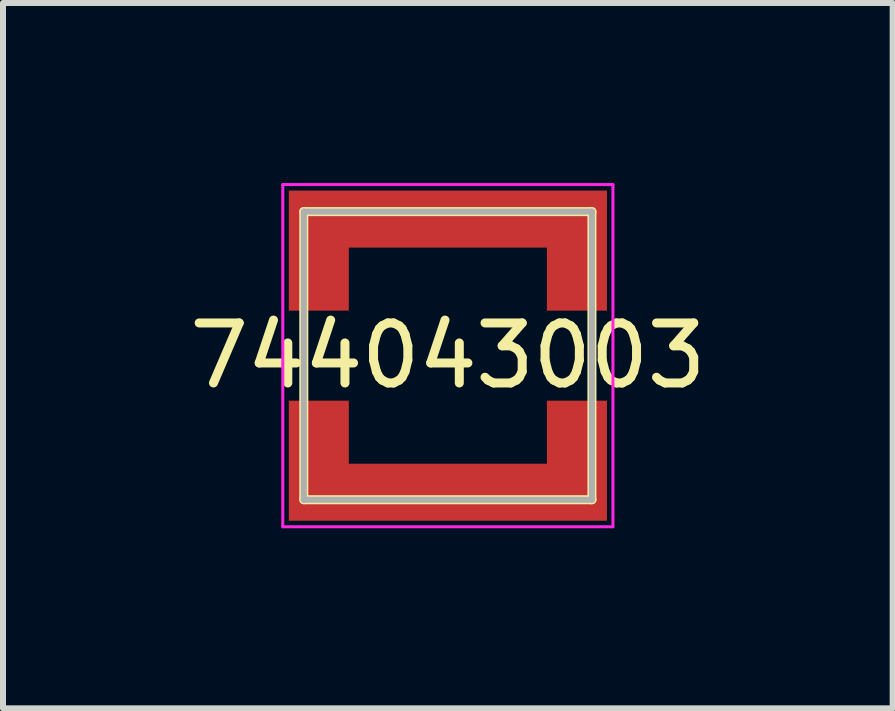
<source format=kicad_pcb>
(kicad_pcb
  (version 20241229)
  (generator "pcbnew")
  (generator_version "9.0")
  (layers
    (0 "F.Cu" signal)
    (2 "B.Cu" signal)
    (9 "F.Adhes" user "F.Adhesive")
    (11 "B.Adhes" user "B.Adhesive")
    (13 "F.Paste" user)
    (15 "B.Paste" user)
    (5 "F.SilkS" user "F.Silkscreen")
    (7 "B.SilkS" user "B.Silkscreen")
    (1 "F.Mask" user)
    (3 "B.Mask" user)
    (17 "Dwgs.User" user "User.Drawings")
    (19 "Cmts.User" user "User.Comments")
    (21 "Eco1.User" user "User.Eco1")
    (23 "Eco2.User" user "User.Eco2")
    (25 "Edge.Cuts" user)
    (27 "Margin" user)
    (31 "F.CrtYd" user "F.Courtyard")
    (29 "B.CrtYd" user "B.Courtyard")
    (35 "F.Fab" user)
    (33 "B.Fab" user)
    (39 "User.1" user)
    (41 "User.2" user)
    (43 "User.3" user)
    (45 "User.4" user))
  (footprint "744043003"
    (layer "F.Cu")
    (at 4.411 2.875)
    (property "Reference" "744043003" (at 0 0 0) (layer "F.SilkS") (effects (font (size 1 1) (thickness 0.15))))
    (attr through_hole)
    (fp_line (start -2.4 -2.4) (end 2.4 -2.4) (stroke (width 0.15) (type solid)) (layer "F.SilkS"))
    (fp_line (start -2.4 2.4) (end -2.4 -2.4) (stroke (width 0.15) (type solid)) (layer "F.SilkS"))
    (fp_line (start 2.4 -2.4) (end 2.4 2.4) (stroke (width 0.15) (type solid)) (layer "F.SilkS"))
    (fp_line (start 2.4 2.4) (end -2.4 2.4) (stroke (width 0.15) (type solid)) (layer "F.SilkS"))
    (fp_line (start -2.75 -2.85) (end 2.75 -2.85) (stroke (width 0.05) (type solid)) (layer "F.CrtYd"))
    (fp_line (start -2.75 2.85) (end -2.75 -2.85) (stroke (width 0.05) (type solid)) (layer "F.CrtYd"))
    (fp_line (start 2.75 -2.85) (end 2.75 2.85) (stroke (width 0.05) (type solid)) (layer "F.CrtYd"))
    (fp_line (start 2.75 2.85) (end -2.75 2.85) (stroke (width 0.05) (type solid)) (layer "F.CrtYd"))
    (fp_line (start -2.4 -2.4) (end 2.4 -2.4) (stroke (width 0.1) (type solid)) (layer "F.Fab"))
    (fp_line (start -2.4 2.4) (end -2.4 -2.4) (stroke (width 0.1) (type solid)) (layer "F.Fab"))
    (fp_line (start 2.4 -2.4) (end 2.4 2.4) (stroke (width 0.1) (type solid)) (layer "F.Fab"))
    (fp_line (start 2.4 2.4) (end -2.4 2.4) (stroke (width 0.1) (type solid)) (layer "F.Fab"))
    (pad "1" smd custom (at 0 -2.275) (size 0.95 0.95) (layers "F.Cu" "F.Mask" "F.Paste") (options (anchor rect)) (primitives (gr_poly (pts (xy -2.65 -0.475) (xy 2.65 -0.475) (xy 2.65 1.525) (xy 1.65 1.525) (xy 1.65 0.475) (xy -1.65 0.475) (xy -1.65 1.525) (xy -2.65 1.525)) (width 0) (fill yes))))
    (pad "2" smd custom (at 0 2.275 180) (size 0.95 0.95) (layers "F.Cu" "F.Mask" "F.Paste") (options (anchor rect)) (primitives (gr_poly (pts (xy -2.65 -0.475) (xy 2.65 -0.475) (xy 2.65 1.525) (xy 1.65 1.525) (xy 1.65 0.475) (xy -1.65 0.475) (xy -1.65 1.525) (xy -2.65 1.525)) (width 0) (fill yes)))))
  (gr_rect
    (start -3 -3)
    (end 11.821 8.75)
    (stroke (width 0.1) (type default))
    (fill no)
    (layer "Edge.Cuts")))
</source>
